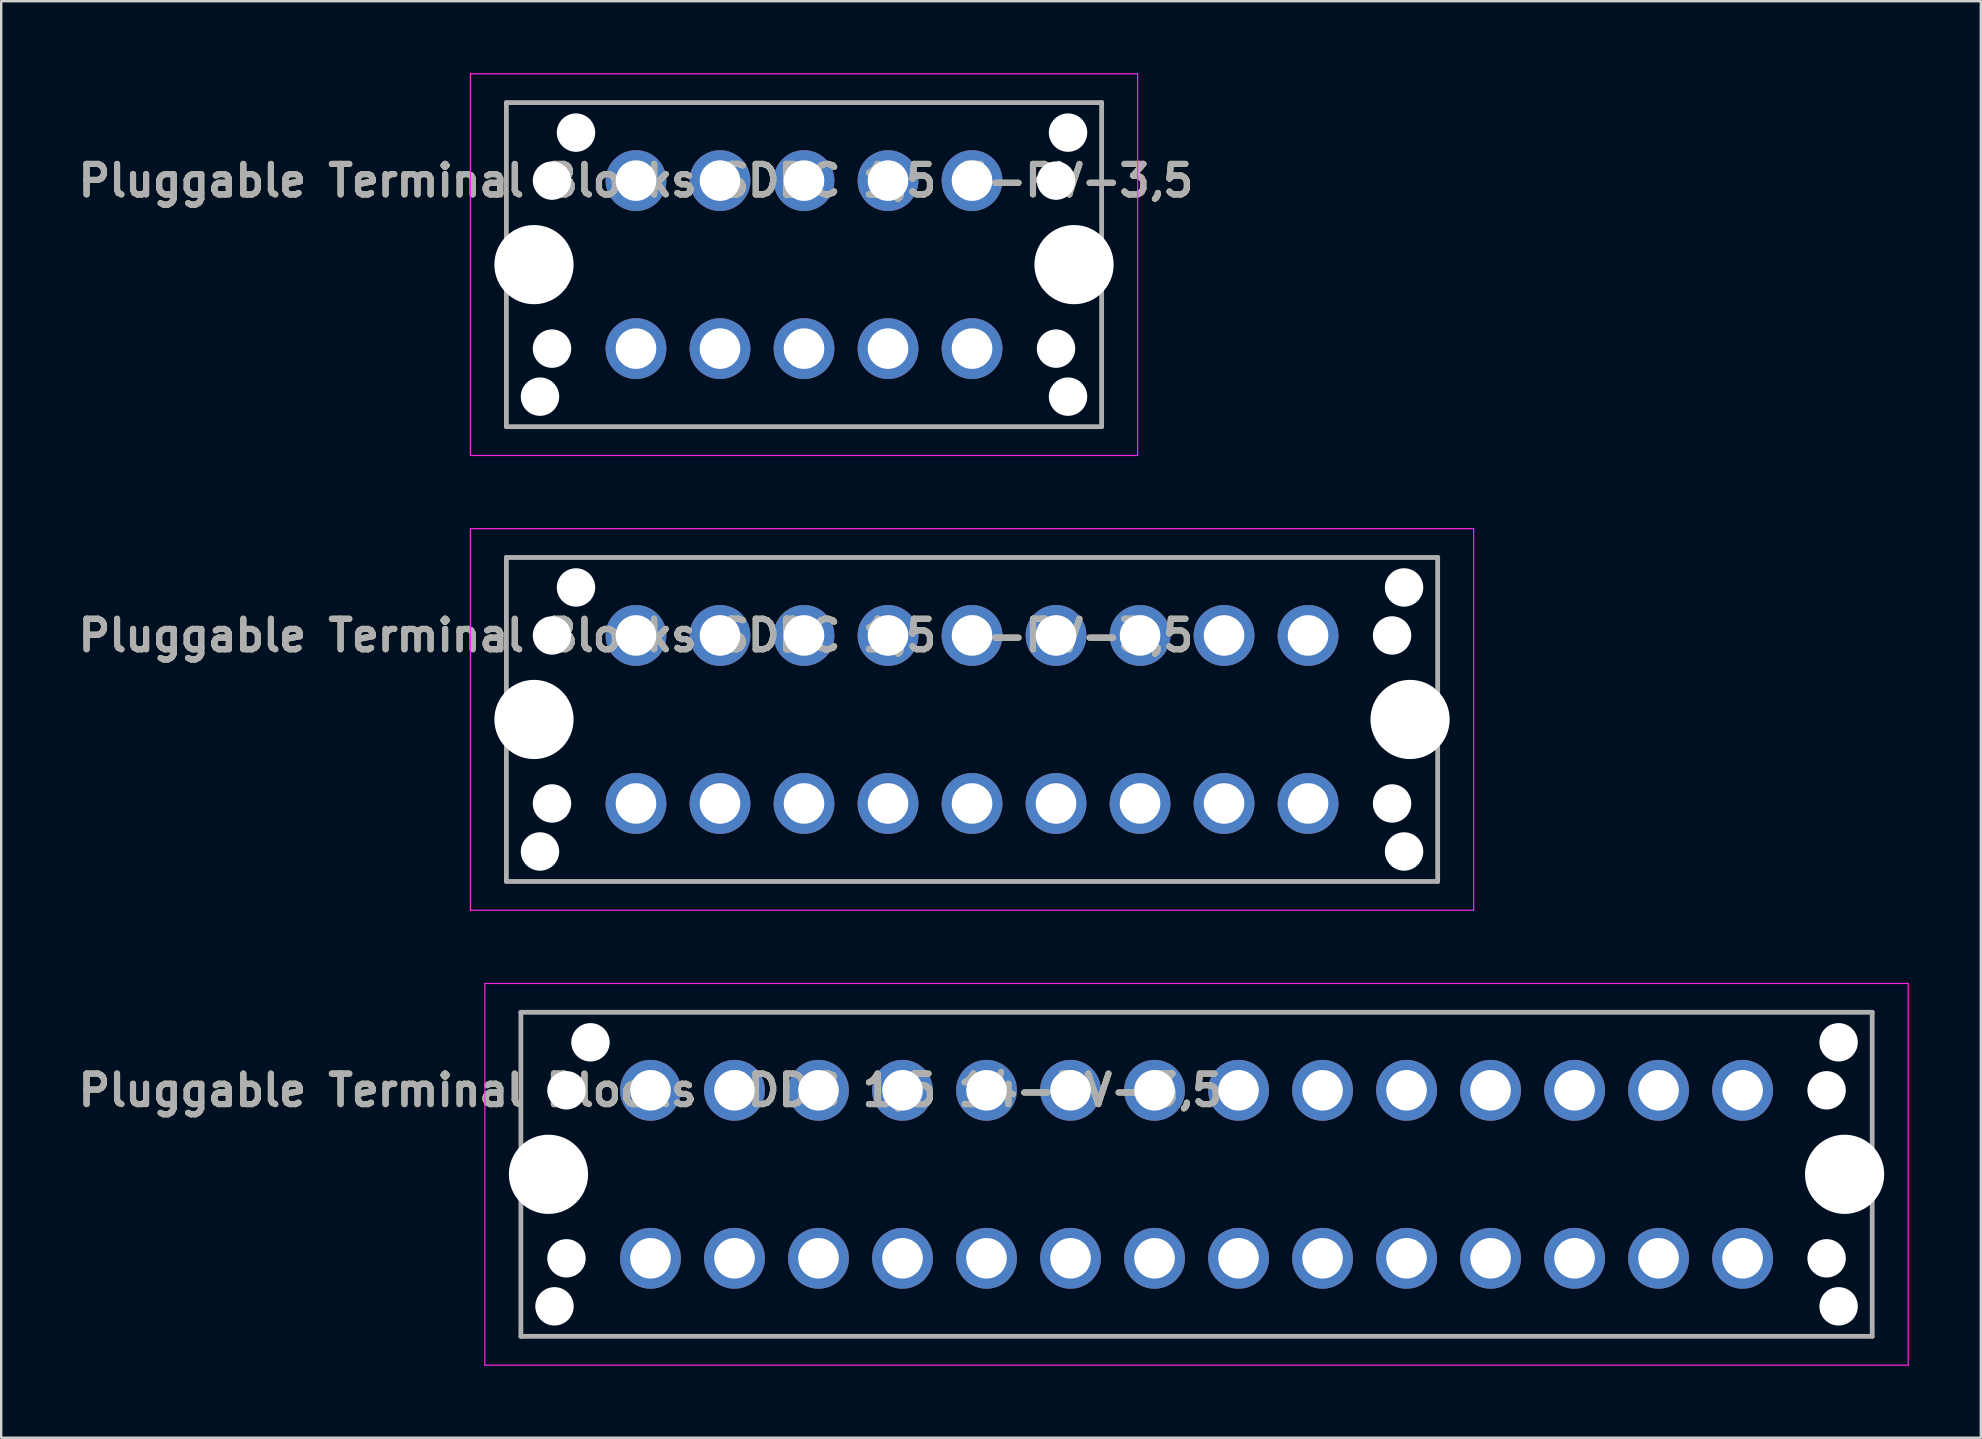
<source format=kicad_pcb>
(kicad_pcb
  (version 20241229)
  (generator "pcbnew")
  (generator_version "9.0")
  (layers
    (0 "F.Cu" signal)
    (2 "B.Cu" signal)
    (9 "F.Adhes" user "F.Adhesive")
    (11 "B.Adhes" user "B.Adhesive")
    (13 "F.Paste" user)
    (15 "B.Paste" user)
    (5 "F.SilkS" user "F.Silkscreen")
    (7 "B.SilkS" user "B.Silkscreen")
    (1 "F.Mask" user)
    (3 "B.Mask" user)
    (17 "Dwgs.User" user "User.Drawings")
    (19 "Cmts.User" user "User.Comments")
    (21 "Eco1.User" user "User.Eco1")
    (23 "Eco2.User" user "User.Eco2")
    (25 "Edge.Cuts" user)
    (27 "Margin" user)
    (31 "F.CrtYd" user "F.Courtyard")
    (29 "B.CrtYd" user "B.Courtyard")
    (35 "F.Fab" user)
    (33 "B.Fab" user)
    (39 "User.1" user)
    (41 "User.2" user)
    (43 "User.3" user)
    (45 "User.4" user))
  (footprint "Pluggable Terminal Blocks SDDC 1,5 5-PV-3,5"
    (layer "F.Cu")
    (at 23.447 4.475)
    (property "Reference" "Pluggable Terminal Blocks SDDC 1,5 5-PV-3,5" (at 0 0 0) (layer "F.SilkS") (effects (font (size 1.27 1.27) (thickness 0.254))))
    (attr through_hole)
    (fp_line (start -5.4 -3.25) (end 19.4 -3.25) (stroke (width 0.1) (type solid)) (layer "F.SilkS"))
    (fp_line (start 19.4 10.25) (end -5.4 10.25) (stroke (width 0.1) (type solid)) (layer "F.SilkS"))
    (fp_line (start -6.9 -4.45) (end 20.9 -4.45) (stroke (width 0.05) (type solid)) (layer "F.CrtYd"))
    (fp_line (start -6.9 11.45) (end -6.9 -4.45) (stroke (width 0.05) (type solid)) (layer "F.CrtYd"))
    (fp_line (start 20.9 -4.45) (end 20.9 11.45) (stroke (width 0.05) (type solid)) (layer "F.CrtYd"))
    (fp_line (start 20.9 11.45) (end -6.9 11.45) (stroke (width 0.05) (type solid)) (layer "F.CrtYd"))
    (fp_line (start -5.4 -3.25) (end 19.4 -3.25) (stroke (width 0.2) (type solid)) (layer "F.Fab"))
    (fp_line (start -5.4 10.25) (end -5.4 -3.25) (stroke (width 0.2) (type solid)) (layer "F.Fab"))
    (fp_line (start 19.4 -3.25) (end 19.4 10.25) (stroke (width 0.2) (type solid)) (layer "F.Fab"))
    (fp_line (start 19.4 10.25) (end -5.4 10.25) (stroke (width 0.2) (type solid)) (layer "F.Fab"))
    (fp_text user "${REFERENCE}" (at 0 0 0) (layer "F.Fab") (effects (font (size 1.27 1.27) (thickness 0.254))))
    (pad "" np_thru_hole circle (at -4.25 3.5) (size 3.3 3.3) (drill 3.3) (layers "*.Cu" "*.Mask"))
    (pad "" np_thru_hole circle (at -4 9) (size 1.6 1.6) (drill 1.6) (layers "*.Cu" "*.Mask"))
    (pad "" np_thru_hole circle (at -3.5 0) (size 1.6 1.6) (drill 1.6) (layers "*.Cu" "*.Mask"))
    (pad "" np_thru_hole circle (at -3.5 7) (size 1.6 1.6) (drill 1.6) (layers "*.Cu" "*.Mask"))
    (pad "" np_thru_hole circle (at -2.5 -2) (size 1.6 1.6) (drill 1.6) (layers "*.Cu" "*.Mask"))
    (pad "" np_thru_hole circle (at 17.5 0) (size 1.6 1.6) (drill 1.6) (layers "*.Cu" "*.Mask"))
    (pad "" np_thru_hole circle (at 17.5 7) (size 1.6 1.6) (drill 1.6) (layers "*.Cu" "*.Mask"))
    (pad "" np_thru_hole circle (at 18 -2) (size 1.6 1.6) (drill 1.6) (layers "*.Cu" "*.Mask"))
    (pad "" np_thru_hole circle (at 18 9) (size 1.6 1.6) (drill 1.6) (layers "*.Cu" "*.Mask"))
    (pad "" np_thru_hole circle (at 18.25 3.5) (size 3.3 3.3) (drill 3.3) (layers "*.Cu" "*.Mask"))
    (pad "1" thru_hole circle (at 0 0) (size 2.535 2.535) (drill 1.69) (layers "*.Cu" "*.Mask"))
    (pad "2" thru_hole circle (at 3.5 0) (size 2.535 2.535) (drill 1.69) (layers "*.Cu" "*.Mask"))
    (pad "3" thru_hole circle (at 7 0) (size 2.535 2.535) (drill 1.69) (layers "*.Cu" "*.Mask"))
    (pad "4" thru_hole circle (at 10.5 0) (size 2.535 2.535) (drill 1.69) (layers "*.Cu" "*.Mask"))
    (pad "5" thru_hole circle (at 14 0) (size 2.535 2.535) (drill 1.69) (layers "*.Cu" "*.Mask"))
    (pad "6" thru_hole circle (at 0 7) (size 2.535 2.535) (drill 1.69) (layers "*.Cu" "*.Mask"))
    (pad "7" thru_hole circle (at 3.5 7) (size 2.535 2.535) (drill 1.69) (layers "*.Cu" "*.Mask"))
    (pad "8" thru_hole circle (at 7 7) (size 2.535 2.535) (drill 1.69) (layers "*.Cu" "*.Mask"))
    (pad "9" thru_hole circle (at 10.5 7) (size 2.535 2.535) (drill 1.69) (layers "*.Cu" "*.Mask"))
    (pad "10" thru_hole circle (at 14 7) (size 2.535 2.535) (drill 1.69) (layers "*.Cu" "*.Mask")))
  (footprint "Pluggable Terminal Blocks SDDC 1,5 14-PV-3,5"
    (layer "F.Cu")
    (at 24.051 42.375)
    (property "Reference" "Pluggable Terminal Blocks SDDC 1,5 14-PV-3,5" (at 0 0 0) (layer "F.SilkS") (effects (font (size 1.27 1.27) (thickness 0.254))))
    (attr through_hole)
    (fp_line (start -5.4 -3.25) (end 50.9 -3.25) (stroke (width 0.1) (type solid)) (layer "F.SilkS"))
    (fp_line (start 50.9 10.25) (end -5.4 10.25) (stroke (width 0.1) (type solid)) (layer "F.SilkS"))
    (fp_line (start -6.9 -4.45) (end 52.4 -4.45) (stroke (width 0.05) (type solid)) (layer "F.CrtYd"))
    (fp_line (start -6.9 11.45) (end -6.9 -4.45) (stroke (width 0.05) (type solid)) (layer "F.CrtYd"))
    (fp_line (start 52.4 -4.45) (end 52.4 11.45) (stroke (width 0.05) (type solid)) (layer "F.CrtYd"))
    (fp_line (start 52.4 11.45) (end -6.9 11.45) (stroke (width 0.05) (type solid)) (layer "F.CrtYd"))
    (fp_line (start -5.4 -3.25) (end 50.9 -3.25) (stroke (width 0.2) (type solid)) (layer "F.Fab"))
    (fp_line (start -5.4 10.25) (end -5.4 -3.25) (stroke (width 0.2) (type solid)) (layer "F.Fab"))
    (fp_line (start 50.9 -3.25) (end 50.9 10.25) (stroke (width 0.2) (type solid)) (layer "F.Fab"))
    (fp_line (start 50.9 10.25) (end -5.4 10.25) (stroke (width 0.2) (type solid)) (layer "F.Fab"))
    (fp_text user "${REFERENCE}" (at 0 0 0) (layer "F.Fab") (effects (font (size 1.27 1.27) (thickness 0.254))))
    (pad "" np_thru_hole circle (at -4.25 3.5) (size 3.3 3.3) (drill 3.3) (layers "*.Cu" "*.Mask"))
    (pad "" np_thru_hole circle (at -4 9) (size 1.6 1.6) (drill 1.6) (layers "*.Cu" "*.Mask"))
    (pad "" np_thru_hole circle (at -3.5 0) (size 1.6 1.6) (drill 1.6) (layers "*.Cu" "*.Mask"))
    (pad "" np_thru_hole circle (at -3.5 7) (size 1.6 1.6) (drill 1.6) (layers "*.Cu" "*.Mask"))
    (pad "" np_thru_hole circle (at -2.5 -2) (size 1.6 1.6) (drill 1.6) (layers "*.Cu" "*.Mask"))
    (pad "" np_thru_hole circle (at 49 0) (size 1.6 1.6) (drill 1.6) (layers "*.Cu" "*.Mask"))
    (pad "" np_thru_hole circle (at 49 7) (size 1.6 1.6) (drill 1.6) (layers "*.Cu" "*.Mask"))
    (pad "" np_thru_hole circle (at 49.5 -2) (size 1.6 1.6) (drill 1.6) (layers "*.Cu" "*.Mask"))
    (pad "" np_thru_hole circle (at 49.5 9) (size 1.6 1.6) (drill 1.6) (layers "*.Cu" "*.Mask"))
    (pad "" np_thru_hole circle (at 49.75 3.5) (size 3.3 3.3) (drill 3.3) (layers "*.Cu" "*.Mask"))
    (pad "1" thru_hole circle (at 0 0) (size 2.535 2.535) (drill 1.69) (layers "*.Cu" "*.Mask"))
    (pad "2" thru_hole circle (at 3.5 0) (size 2.535 2.535) (drill 1.69) (layers "*.Cu" "*.Mask"))
    (pad "3" thru_hole circle (at 7 0) (size 2.535 2.535) (drill 1.69) (layers "*.Cu" "*.Mask"))
    (pad "4" thru_hole circle (at 10.5 0) (size 2.535 2.535) (drill 1.69) (layers "*.Cu" "*.Mask"))
    (pad "5" thru_hole circle (at 14 0) (size 2.535 2.535) (drill 1.69) (layers "*.Cu" "*.Mask"))
    (pad "6" thru_hole circle (at 17.5 0) (size 2.535 2.535) (drill 1.69) (layers "*.Cu" "*.Mask"))
    (pad "7" thru_hole circle (at 21 0) (size 2.535 2.535) (drill 1.69) (layers "*.Cu" "*.Mask"))
    (pad "8" thru_hole circle (at 24.5 0) (size 2.535 2.535) (drill 1.69) (layers "*.Cu" "*.Mask"))
    (pad "9" thru_hole circle (at 28 0) (size 2.535 2.535) (drill 1.69) (layers "*.Cu" "*.Mask"))
    (pad "10" thru_hole circle (at 31.5 0) (size 2.535 2.535) (drill 1.69) (layers "*.Cu" "*.Mask"))
    (pad "11" thru_hole circle (at 35 0) (size 2.535 2.535) (drill 1.69) (layers "*.Cu" "*.Mask"))
    (pad "12" thru_hole circle (at 38.5 0) (size 2.535 2.535) (drill 1.69) (layers "*.Cu" "*.Mask"))
    (pad "13" thru_hole circle (at 42 0) (size 2.535 2.535) (drill 1.69) (layers "*.Cu" "*.Mask"))
    (pad "14" thru_hole circle (at 45.5 0) (size 2.535 2.535) (drill 1.69) (layers "*.Cu" "*.Mask"))
    (pad "15" thru_hole circle (at 0 7) (size 2.535 2.535) (drill 1.69) (layers "*.Cu" "*.Mask"))
    (pad "16" thru_hole circle (at 3.5 7) (size 2.535 2.535) (drill 1.69) (layers "*.Cu" "*.Mask"))
    (pad "17" thru_hole circle (at 7 7) (size 2.535 2.535) (drill 1.69) (layers "*.Cu" "*.Mask"))
    (pad "18" thru_hole circle (at 10.5 7) (size 2.535 2.535) (drill 1.69) (layers "*.Cu" "*.Mask"))
    (pad "19" thru_hole circle (at 14 7) (size 2.535 2.535) (drill 1.69) (layers "*.Cu" "*.Mask"))
    (pad "20" thru_hole circle (at 17.5 7) (size 2.535 2.535) (drill 1.69) (layers "*.Cu" "*.Mask"))
    (pad "21" thru_hole circle (at 21 7) (size 2.535 2.535) (drill 1.69) (layers "*.Cu" "*.Mask"))
    (pad "22" thru_hole circle (at 24.5 7) (size 2.535 2.535) (drill 1.69) (layers "*.Cu" "*.Mask"))
    (pad "23" thru_hole circle (at 28 7) (size 2.535 2.535) (drill 1.69) (layers "*.Cu" "*.Mask"))
    (pad "24" thru_hole circle (at 31.5 7) (size 2.535 2.535) (drill 1.69) (layers "*.Cu" "*.Mask"))
    (pad "25" thru_hole circle (at 35 7) (size 2.535 2.535) (drill 1.69) (layers "*.Cu" "*.Mask"))
    (pad "26" thru_hole circle (at 38.5 7) (size 2.535 2.535) (drill 1.69) (layers "*.Cu" "*.Mask"))
    (pad "27" thru_hole circle (at 42 7) (size 2.535 2.535) (drill 1.69) (layers "*.Cu" "*.Mask"))
    (pad "28" thru_hole circle (at 45.5 7) (size 2.535 2.535) (drill 1.69) (layers "*.Cu" "*.Mask")))
  (footprint "Pluggable Terminal Blocks SDDC 1,5 9-PV-3,5"
    (layer "F.Cu")
    (at 23.447 23.425)
    (property "Reference" "Pluggable Terminal Blocks SDDC 1,5 9-PV-3,5" (at 0 0 0) (layer "F.SilkS") (effects (font (size 1.27 1.27) (thickness 0.254))))
    (attr through_hole)
    (fp_line (start -5.4 -3.25) (end 33.4 -3.25) (stroke (width 0.1) (type solid)) (layer "F.SilkS"))
    (fp_line (start 33.4 10.25) (end -5.4 10.25) (stroke (width 0.1) (type solid)) (layer "F.SilkS"))
    (fp_line (start -6.9 -4.45) (end 34.9 -4.45) (stroke (width 0.05) (type solid)) (layer "F.CrtYd"))
    (fp_line (start -6.9 11.45) (end -6.9 -4.45) (stroke (width 0.05) (type solid)) (layer "F.CrtYd"))
    (fp_line (start 34.9 -4.45) (end 34.9 11.45) (stroke (width 0.05) (type solid)) (layer "F.CrtYd"))
    (fp_line (start 34.9 11.45) (end -6.9 11.45) (stroke (width 0.05) (type solid)) (layer "F.CrtYd"))
    (fp_line (start -5.4 -3.25) (end 33.4 -3.25) (stroke (width 0.2) (type solid)) (layer "F.Fab"))
    (fp_line (start -5.4 10.25) (end -5.4 -3.25) (stroke (width 0.2) (type solid)) (layer "F.Fab"))
    (fp_line (start 33.4 -3.25) (end 33.4 10.25) (stroke (width 0.2) (type solid)) (layer "F.Fab"))
    (fp_line (start 33.4 10.25) (end -5.4 10.25) (stroke (width 0.2) (type solid)) (layer "F.Fab"))
    (fp_text user "${REFERENCE}" (at 0 0 0) (layer "F.Fab") (effects (font (size 1.27 1.27) (thickness 0.254))))
    (pad "" np_thru_hole circle (at -4.25 3.5) (size 3.3 3.3) (drill 3.3) (layers "*.Cu" "*.Mask"))
    (pad "" np_thru_hole circle (at -4 9) (size 1.6 1.6) (drill 1.6) (layers "*.Cu" "*.Mask"))
    (pad "" np_thru_hole circle (at -3.5 0) (size 1.6 1.6) (drill 1.6) (layers "*.Cu" "*.Mask"))
    (pad "" np_thru_hole circle (at -3.5 7) (size 1.6 1.6) (drill 1.6) (layers "*.Cu" "*.Mask"))
    (pad "" np_thru_hole circle (at -2.5 -2) (size 1.6 1.6) (drill 1.6) (layers "*.Cu" "*.Mask"))
    (pad "" np_thru_hole circle (at 31.5 0) (size 1.6 1.6) (drill 1.6) (layers "*.Cu" "*.Mask"))
    (pad "" np_thru_hole circle (at 31.5 7) (size 1.6 1.6) (drill 1.6) (layers "*.Cu" "*.Mask"))
    (pad "" np_thru_hole circle (at 32 -2) (size 1.6 1.6) (drill 1.6) (layers "*.Cu" "*.Mask"))
    (pad "" np_thru_hole circle (at 32 9) (size 1.6 1.6) (drill 1.6) (layers "*.Cu" "*.Mask"))
    (pad "" np_thru_hole circle (at 32.25 3.5) (size 3.3 3.3) (drill 3.3) (layers "*.Cu" "*.Mask"))
    (pad "1" thru_hole circle (at 0 0) (size 2.535 2.535) (drill 1.69) (layers "*.Cu" "*.Mask"))
    (pad "2" thru_hole circle (at 3.5 0) (size 2.535 2.535) (drill 1.69) (layers "*.Cu" "*.Mask"))
    (pad "3" thru_hole circle (at 7 0) (size 2.535 2.535) (drill 1.69) (layers "*.Cu" "*.Mask"))
    (pad "4" thru_hole circle (at 10.5 0) (size 2.535 2.535) (drill 1.69) (layers "*.Cu" "*.Mask"))
    (pad "5" thru_hole circle (at 14 0) (size 2.535 2.535) (drill 1.69) (layers "*.Cu" "*.Mask"))
    (pad "6" thru_hole circle (at 17.5 0) (size 2.535 2.535) (drill 1.69) (layers "*.Cu" "*.Mask"))
    (pad "7" thru_hole circle (at 21 0) (size 2.535 2.535) (drill 1.69) (layers "*.Cu" "*.Mask"))
    (pad "8" thru_hole circle (at 24.5 0) (size 2.535 2.535) (drill 1.69) (layers "*.Cu" "*.Mask"))
    (pad "9" thru_hole circle (at 28 0) (size 2.535 2.535) (drill 1.69) (layers "*.Cu" "*.Mask"))
    (pad "10" thru_hole circle (at 0 7) (size 2.535 2.535) (drill 1.69) (layers "*.Cu" "*.Mask"))
    (pad "11" thru_hole circle (at 3.5 7) (size 2.535 2.535) (drill 1.69) (layers "*.Cu" "*.Mask"))
    (pad "12" thru_hole circle (at 7 7) (size 2.535 2.535) (drill 1.69) (layers "*.Cu" "*.Mask"))
    (pad "13" thru_hole circle (at 10.5 7) (size 2.535 2.535) (drill 1.69) (layers "*.Cu" "*.Mask"))
    (pad "14" thru_hole circle (at 14 7) (size 2.535 2.535) (drill 1.69) (layers "*.Cu" "*.Mask"))
    (pad "15" thru_hole circle (at 17.5 7) (size 2.535 2.535) (drill 1.69) (layers "*.Cu" "*.Mask"))
    (pad "16" thru_hole circle (at 21 7) (size 2.535 2.535) (drill 1.69) (layers "*.Cu" "*.Mask"))
    (pad "17" thru_hole circle (at 24.5 7) (size 2.535 2.535) (drill 1.69) (layers "*.Cu" "*.Mask"))
    (pad "18" thru_hole circle (at 28 7) (size 2.535 2.535) (drill 1.69) (layers "*.Cu" "*.Mask")))
  (gr_rect
    (start -3 -3)
    (end 79.476 56.85)
    (stroke (width 0.1) (type default))
    (fill no)
    (layer "Edge.Cuts")))
</source>
